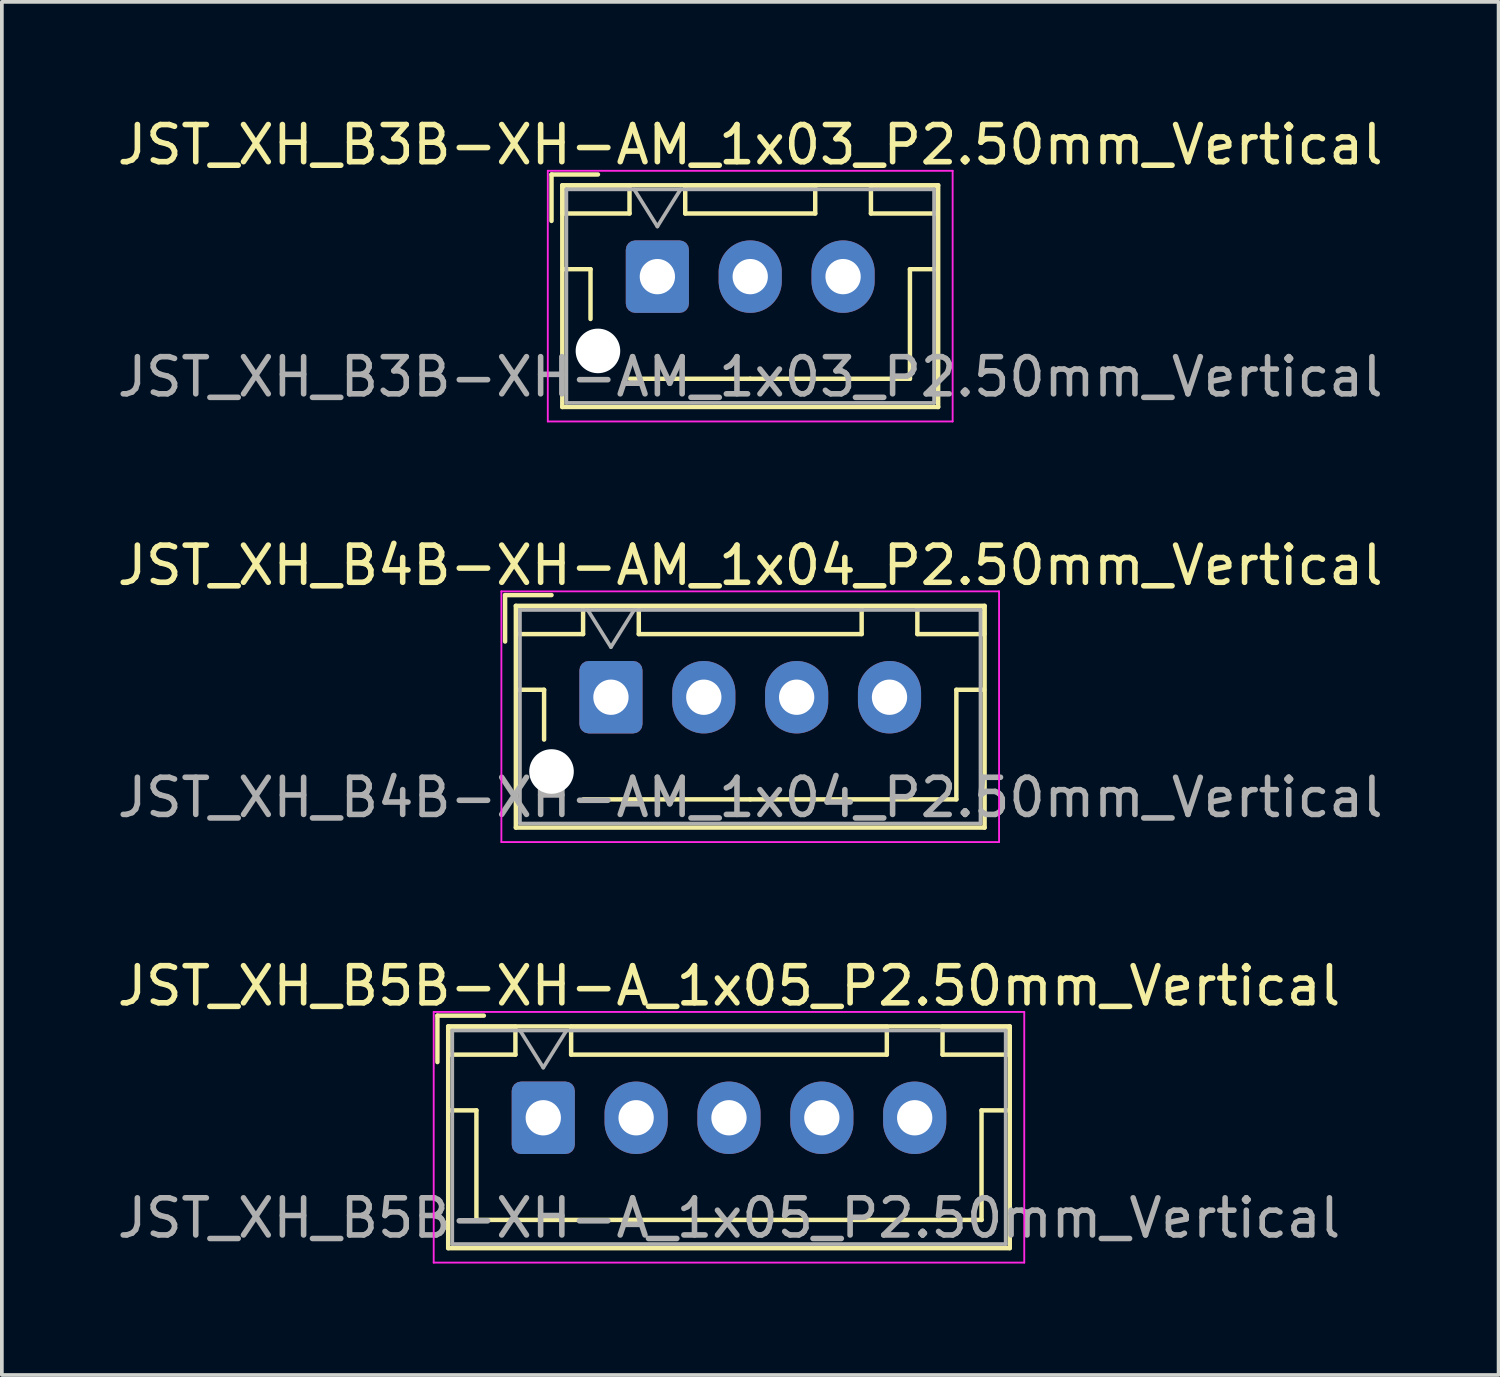
<source format=kicad_pcb>
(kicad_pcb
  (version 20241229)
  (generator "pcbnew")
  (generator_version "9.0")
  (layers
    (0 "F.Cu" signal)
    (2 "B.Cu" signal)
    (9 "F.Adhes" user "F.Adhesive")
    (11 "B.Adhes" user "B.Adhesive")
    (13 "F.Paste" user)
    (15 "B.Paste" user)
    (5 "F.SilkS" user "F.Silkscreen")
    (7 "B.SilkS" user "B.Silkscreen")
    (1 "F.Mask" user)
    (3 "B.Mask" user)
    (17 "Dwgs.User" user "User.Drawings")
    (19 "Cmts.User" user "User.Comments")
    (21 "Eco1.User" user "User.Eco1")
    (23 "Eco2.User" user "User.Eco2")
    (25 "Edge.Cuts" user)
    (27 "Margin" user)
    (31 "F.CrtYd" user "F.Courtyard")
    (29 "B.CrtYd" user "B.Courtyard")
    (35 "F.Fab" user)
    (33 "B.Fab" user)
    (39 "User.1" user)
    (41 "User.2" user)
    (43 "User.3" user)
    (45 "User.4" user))
  (footprint "JST_XH_B3B-XH-AM_1x03_P2.50mm_Vertical"
    (layer "F.Cu")
    (at 14.649 4.398)
    (property "Reference" "JST_XH_B3B-XH-AM_1x03_P2.50mm_Vertical" (at 2.5 -3.55 0) (layer "F.SilkS") (effects (font (size 1 1) (thickness 0.15))))
    (attr through_hole)
    (fp_line (start -2.85 -2.75) (end -2.85 -1.5) (stroke (width 0.12) (type solid)) (layer "F.SilkS"))
    (fp_line (start -2.56 -2.46) (end -2.56 3.51) (stroke (width 0.12) (type solid)) (layer "F.SilkS"))
    (fp_line (start -2.56 3.51) (end 7.56 3.51) (stroke (width 0.12) (type solid)) (layer "F.SilkS"))
    (fp_line (start -2.55 -2.45) (end -2.55 -1.7) (stroke (width 0.12) (type solid)) (layer "F.SilkS"))
    (fp_line (start -2.55 -1.7) (end -0.75 -1.7) (stroke (width 0.12) (type solid)) (layer "F.SilkS"))
    (fp_line (start -2.55 -0.2) (end -1.8 -0.2) (stroke (width 0.12) (type solid)) (layer "F.SilkS"))
    (fp_line (start -1.8 -0.2) (end -1.8 1.14) (stroke (width 0.12) (type solid)) (layer "F.SilkS"))
    (fp_line (start -1.6 -2.75) (end -2.85 -2.75) (stroke (width 0.12) (type solid)) (layer "F.SilkS"))
    (fp_line (start -0.75 -2.45) (end -2.55 -2.45) (stroke (width 0.12) (type solid)) (layer "F.SilkS"))
    (fp_line (start -0.75 -1.7) (end -0.75 -2.45) (stroke (width 0.12) (type solid)) (layer "F.SilkS"))
    (fp_line (start 0.75 -2.45) (end 0.75 -1.7) (stroke (width 0.12) (type solid)) (layer "F.SilkS"))
    (fp_line (start 0.75 -1.7) (end 4.25 -1.7) (stroke (width 0.12) (type solid)) (layer "F.SilkS"))
    (fp_line (start 2.5 2.75) (end -0.74 2.75) (stroke (width 0.12) (type solid)) (layer "F.SilkS"))
    (fp_line (start 4.25 -2.45) (end 0.75 -2.45) (stroke (width 0.12) (type solid)) (layer "F.SilkS"))
    (fp_line (start 4.25 -1.7) (end 4.25 -2.45) (stroke (width 0.12) (type solid)) (layer "F.SilkS"))
    (fp_line (start 5.75 -2.45) (end 5.75 -1.7) (stroke (width 0.12) (type solid)) (layer "F.SilkS"))
    (fp_line (start 5.75 -1.7) (end 7.55 -1.7) (stroke (width 0.12) (type solid)) (layer "F.SilkS"))
    (fp_line (start 6.8 -0.2) (end 6.8 2.75) (stroke (width 0.12) (type solid)) (layer "F.SilkS"))
    (fp_line (start 6.8 2.75) (end 2.5 2.75) (stroke (width 0.12) (type solid)) (layer "F.SilkS"))
    (fp_line (start 7.55 -2.45) (end 5.75 -2.45) (stroke (width 0.12) (type solid)) (layer "F.SilkS"))
    (fp_line (start 7.55 -1.7) (end 7.55 -2.45) (stroke (width 0.12) (type solid)) (layer "F.SilkS"))
    (fp_line (start 7.55 -0.2) (end 6.8 -0.2) (stroke (width 0.12) (type solid)) (layer "F.SilkS"))
    (fp_line (start 7.56 -2.46) (end -2.56 -2.46) (stroke (width 0.12) (type solid)) (layer "F.SilkS"))
    (fp_line (start 7.56 3.51) (end 7.56 -2.46) (stroke (width 0.12) (type solid)) (layer "F.SilkS"))
    (fp_line (start -2.95 -2.85) (end -2.95 3.9) (stroke (width 0.05) (type solid)) (layer "F.CrtYd"))
    (fp_line (start -2.95 3.9) (end 7.95 3.9) (stroke (width 0.05) (type solid)) (layer "F.CrtYd"))
    (fp_line (start 7.95 -2.85) (end -2.95 -2.85) (stroke (width 0.05) (type solid)) (layer "F.CrtYd"))
    (fp_line (start 7.95 3.9) (end 7.95 -2.85) (stroke (width 0.05) (type solid)) (layer "F.CrtYd"))
    (fp_line (start -2.45 -2.35) (end -2.45 3.4) (stroke (width 0.1) (type solid)) (layer "F.Fab"))
    (fp_line (start -2.45 3.4) (end 7.45 3.4) (stroke (width 0.1) (type solid)) (layer "F.Fab"))
    (fp_line (start -0.625 -2.35) (end 0 -1.35) (stroke (width 0.1) (type solid)) (layer "F.Fab"))
    (fp_line (start 0 -1.35) (end 0.625 -2.35) (stroke (width 0.1) (type solid)) (layer "F.Fab"))
    (fp_line (start 7.45 -2.35) (end -2.45 -2.35) (stroke (width 0.1) (type solid)) (layer "F.Fab"))
    (fp_line (start 7.45 3.4) (end 7.45 -2.35) (stroke (width 0.1) (type solid)) (layer "F.Fab"))
    (fp_text user "${REFERENCE}" (at 2.5 2.7 0) (layer "F.Fab") (effects (font (size 1 1) (thickness 0.15))))
    (pad "" np_thru_hole circle (at -1.6 2) (size 1.2 1.2) (drill 1.2) (layers "*.Cu" "*.Mask"))
    (pad "1" thru_hole roundrect (at 0 0) (size 1.7 1.95) (drill 0.95) (layers "*.Cu" "*.Mask") (roundrect_rratio 0.147))
    (pad "2" thru_hole oval (at 2.5 0) (size 1.7 1.95) (drill 0.95) (layers "*.Cu" "*.Mask"))
    (pad "3" thru_hole oval (at 5 0) (size 1.7 1.95) (drill 0.95) (layers "*.Cu" "*.Mask")))
  (footprint "JST_XH_B5B-XH-A_1x05_P2.50mm_Vertical"
    (layer "F.Cu")
    (at 11.577 27.045)
    (property "Reference" "JST_XH_B5B-XH-A_1x05_P2.50mm_Vertical" (at 5 -3.55 0) (layer "F.SilkS") (effects (font (size 1 1) (thickness 0.15))))
    (attr through_hole)
    (fp_line (start -2.85 -2.75) (end -2.85 -1.5) (stroke (width 0.12) (type solid)) (layer "F.SilkS"))
    (fp_line (start -2.56 -2.46) (end -2.56 3.51) (stroke (width 0.12) (type solid)) (layer "F.SilkS"))
    (fp_line (start -2.56 3.51) (end 12.56 3.51) (stroke (width 0.12) (type solid)) (layer "F.SilkS"))
    (fp_line (start -2.55 -2.45) (end -2.55 -1.7) (stroke (width 0.12) (type solid)) (layer "F.SilkS"))
    (fp_line (start -2.55 -1.7) (end -0.75 -1.7) (stroke (width 0.12) (type solid)) (layer "F.SilkS"))
    (fp_line (start -2.55 -0.2) (end -1.8 -0.2) (stroke (width 0.12) (type solid)) (layer "F.SilkS"))
    (fp_line (start -1.8 -0.2) (end -1.8 2.75) (stroke (width 0.12) (type solid)) (layer "F.SilkS"))
    (fp_line (start -1.8 2.75) (end 5 2.75) (stroke (width 0.12) (type solid)) (layer "F.SilkS"))
    (fp_line (start -1.6 -2.75) (end -2.85 -2.75) (stroke (width 0.12) (type solid)) (layer "F.SilkS"))
    (fp_line (start -0.75 -2.45) (end -2.55 -2.45) (stroke (width 0.12) (type solid)) (layer "F.SilkS"))
    (fp_line (start -0.75 -1.7) (end -0.75 -2.45) (stroke (width 0.12) (type solid)) (layer "F.SilkS"))
    (fp_line (start 0.75 -2.45) (end 0.75 -1.7) (stroke (width 0.12) (type solid)) (layer "F.SilkS"))
    (fp_line (start 0.75 -1.7) (end 9.25 -1.7) (stroke (width 0.12) (type solid)) (layer "F.SilkS"))
    (fp_line (start 9.25 -2.45) (end 0.75 -2.45) (stroke (width 0.12) (type solid)) (layer "F.SilkS"))
    (fp_line (start 9.25 -1.7) (end 9.25 -2.45) (stroke (width 0.12) (type solid)) (layer "F.SilkS"))
    (fp_line (start 10.75 -2.45) (end 10.75 -1.7) (stroke (width 0.12) (type solid)) (layer "F.SilkS"))
    (fp_line (start 10.75 -1.7) (end 12.55 -1.7) (stroke (width 0.12) (type solid)) (layer "F.SilkS"))
    (fp_line (start 11.8 -0.2) (end 11.8 2.75) (stroke (width 0.12) (type solid)) (layer "F.SilkS"))
    (fp_line (start 11.8 2.75) (end 5 2.75) (stroke (width 0.12) (type solid)) (layer "F.SilkS"))
    (fp_line (start 12.55 -2.45) (end 10.75 -2.45) (stroke (width 0.12) (type solid)) (layer "F.SilkS"))
    (fp_line (start 12.55 -1.7) (end 12.55 -2.45) (stroke (width 0.12) (type solid)) (layer "F.SilkS"))
    (fp_line (start 12.55 -0.2) (end 11.8 -0.2) (stroke (width 0.12) (type solid)) (layer "F.SilkS"))
    (fp_line (start 12.56 -2.46) (end -2.56 -2.46) (stroke (width 0.12) (type solid)) (layer "F.SilkS"))
    (fp_line (start 12.56 3.51) (end 12.56 -2.46) (stroke (width 0.12) (type solid)) (layer "F.SilkS"))
    (fp_line (start -2.95 -2.85) (end -2.95 3.9) (stroke (width 0.05) (type solid)) (layer "F.CrtYd"))
    (fp_line (start -2.95 3.9) (end 12.95 3.9) (stroke (width 0.05) (type solid)) (layer "F.CrtYd"))
    (fp_line (start 12.95 -2.85) (end -2.95 -2.85) (stroke (width 0.05) (type solid)) (layer "F.CrtYd"))
    (fp_line (start 12.95 3.9) (end 12.95 -2.85) (stroke (width 0.05) (type solid)) (layer "F.CrtYd"))
    (fp_line (start -2.45 -2.35) (end -2.45 3.4) (stroke (width 0.1) (type solid)) (layer "F.Fab"))
    (fp_line (start -2.45 3.4) (end 12.45 3.4) (stroke (width 0.1) (type solid)) (layer "F.Fab"))
    (fp_line (start -0.625 -2.35) (end 0 -1.35) (stroke (width 0.1) (type solid)) (layer "F.Fab"))
    (fp_line (start 0 -1.35) (end 0.625 -2.35) (stroke (width 0.1) (type solid)) (layer "F.Fab"))
    (fp_line (start 12.45 -2.35) (end -2.45 -2.35) (stroke (width 0.1) (type solid)) (layer "F.Fab"))
    (fp_line (start 12.45 3.4) (end 12.45 -2.35) (stroke (width 0.1) (type solid)) (layer "F.Fab"))
    (fp_text user "${REFERENCE}" (at 5 2.7 0) (layer "F.Fab") (effects (font (size 1 1) (thickness 0.15))))
    (pad "1" thru_hole roundrect (at 0 0) (size 1.7 1.95) (drill 0.95) (layers "*.Cu" "*.Mask") (roundrect_rratio 0.147))
    (pad "2" thru_hole oval (at 2.5 0) (size 1.7 1.95) (drill 0.95) (layers "*.Cu" "*.Mask"))
    (pad "3" thru_hole oval (at 5 0) (size 1.7 1.95) (drill 0.95) (layers "*.Cu" "*.Mask"))
    (pad "4" thru_hole oval (at 7.5 0) (size 1.7 1.95) (drill 0.95) (layers "*.Cu" "*.Mask"))
    (pad "5" thru_hole oval (at 10 0) (size 1.7 1.95) (drill 0.95) (layers "*.Cu" "*.Mask")))
  (footprint "JST_XH_B4B-XH-AM_1x04_P2.50mm_Vertical"
    (layer "F.Cu")
    (at 13.399 15.722)
    (property "Reference" "JST_XH_B4B-XH-AM_1x04_P2.50mm_Vertical" (at 3.75 -3.55 0) (layer "F.SilkS") (effects (font (size 1 1) (thickness 0.15))))
    (attr through_hole)
    (fp_line (start -2.85 -2.75) (end -2.85 -1.5) (stroke (width 0.12) (type solid)) (layer "F.SilkS"))
    (fp_line (start -2.56 -2.46) (end -2.56 3.51) (stroke (width 0.12) (type solid)) (layer "F.SilkS"))
    (fp_line (start -2.56 3.51) (end 10.06 3.51) (stroke (width 0.12) (type solid)) (layer "F.SilkS"))
    (fp_line (start -2.55 -2.45) (end -2.55 -1.7) (stroke (width 0.12) (type solid)) (layer "F.SilkS"))
    (fp_line (start -2.55 -1.7) (end -0.75 -1.7) (stroke (width 0.12) (type solid)) (layer "F.SilkS"))
    (fp_line (start -2.55 -0.2) (end -1.8 -0.2) (stroke (width 0.12) (type solid)) (layer "F.SilkS"))
    (fp_line (start -1.8 -0.2) (end -1.8 1.14) (stroke (width 0.12) (type solid)) (layer "F.SilkS"))
    (fp_line (start -1.6 -2.75) (end -2.85 -2.75) (stroke (width 0.12) (type solid)) (layer "F.SilkS"))
    (fp_line (start -0.75 -2.45) (end -2.55 -2.45) (stroke (width 0.12) (type solid)) (layer "F.SilkS"))
    (fp_line (start -0.75 -1.7) (end -0.75 -2.45) (stroke (width 0.12) (type solid)) (layer "F.SilkS"))
    (fp_line (start 0.75 -2.45) (end 0.75 -1.7) (stroke (width 0.12) (type solid)) (layer "F.SilkS"))
    (fp_line (start 0.75 -1.7) (end 6.75 -1.7) (stroke (width 0.12) (type solid)) (layer "F.SilkS"))
    (fp_line (start 3.75 2.75) (end -0.74 2.75) (stroke (width 0.12) (type solid)) (layer "F.SilkS"))
    (fp_line (start 6.75 -2.45) (end 0.75 -2.45) (stroke (width 0.12) (type solid)) (layer "F.SilkS"))
    (fp_line (start 6.75 -1.7) (end 6.75 -2.45) (stroke (width 0.12) (type solid)) (layer "F.SilkS"))
    (fp_line (start 8.25 -2.45) (end 8.25 -1.7) (stroke (width 0.12) (type solid)) (layer "F.SilkS"))
    (fp_line (start 8.25 -1.7) (end 10.05 -1.7) (stroke (width 0.12) (type solid)) (layer "F.SilkS"))
    (fp_line (start 9.3 -0.2) (end 9.3 2.75) (stroke (width 0.12) (type solid)) (layer "F.SilkS"))
    (fp_line (start 9.3 2.75) (end 3.75 2.75) (stroke (width 0.12) (type solid)) (layer "F.SilkS"))
    (fp_line (start 10.05 -2.45) (end 8.25 -2.45) (stroke (width 0.12) (type solid)) (layer "F.SilkS"))
    (fp_line (start 10.05 -1.7) (end 10.05 -2.45) (stroke (width 0.12) (type solid)) (layer "F.SilkS"))
    (fp_line (start 10.05 -0.2) (end 9.3 -0.2) (stroke (width 0.12) (type solid)) (layer "F.SilkS"))
    (fp_line (start 10.06 -2.46) (end -2.56 -2.46) (stroke (width 0.12) (type solid)) (layer "F.SilkS"))
    (fp_line (start 10.06 3.51) (end 10.06 -2.46) (stroke (width 0.12) (type solid)) (layer "F.SilkS"))
    (fp_line (start -2.95 -2.85) (end -2.95 3.9) (stroke (width 0.05) (type solid)) (layer "F.CrtYd"))
    (fp_line (start -2.95 3.9) (end 10.45 3.9) (stroke (width 0.05) (type solid)) (layer "F.CrtYd"))
    (fp_line (start 10.45 -2.85) (end -2.95 -2.85) (stroke (width 0.05) (type solid)) (layer "F.CrtYd"))
    (fp_line (start 10.45 3.9) (end 10.45 -2.85) (stroke (width 0.05) (type solid)) (layer "F.CrtYd"))
    (fp_line (start -2.45 -2.35) (end -2.45 3.4) (stroke (width 0.1) (type solid)) (layer "F.Fab"))
    (fp_line (start -2.45 3.4) (end 9.95 3.4) (stroke (width 0.1) (type solid)) (layer "F.Fab"))
    (fp_line (start -0.625 -2.35) (end 0 -1.35) (stroke (width 0.1) (type solid)) (layer "F.Fab"))
    (fp_line (start 0 -1.35) (end 0.625 -2.35) (stroke (width 0.1) (type solid)) (layer "F.Fab"))
    (fp_line (start 9.95 -2.35) (end -2.45 -2.35) (stroke (width 0.1) (type solid)) (layer "F.Fab"))
    (fp_line (start 9.95 3.4) (end 9.95 -2.35) (stroke (width 0.1) (type solid)) (layer "F.Fab"))
    (fp_text user "${REFERENCE}" (at 3.75 2.7 0) (layer "F.Fab") (effects (font (size 1 1) (thickness 0.15))))
    (pad "" np_thru_hole circle (at -1.6 2) (size 1.2 1.2) (drill 1.2) (layers "*.Cu" "*.Mask"))
    (pad "1" thru_hole roundrect (at 0 0) (size 1.7 1.95) (drill 0.95) (layers "*.Cu" "*.Mask") (roundrect_rratio 0.147))
    (pad "2" thru_hole oval (at 2.5 0) (size 1.7 1.95) (drill 0.95) (layers "*.Cu" "*.Mask"))
    (pad "3" thru_hole oval (at 5 0) (size 1.7 1.95) (drill 0.95) (layers "*.Cu" "*.Mask"))
    (pad "4" thru_hole oval (at 7.5 0) (size 1.7 1.95) (drill 0.95) (layers "*.Cu" "*.Mask")))
  (gr_rect
    (start -3 -3)
    (end 37.298 33.97)
    (stroke (width 0.1) (type default))
    (fill no)
    (layer "Edge.Cuts")))
</source>
